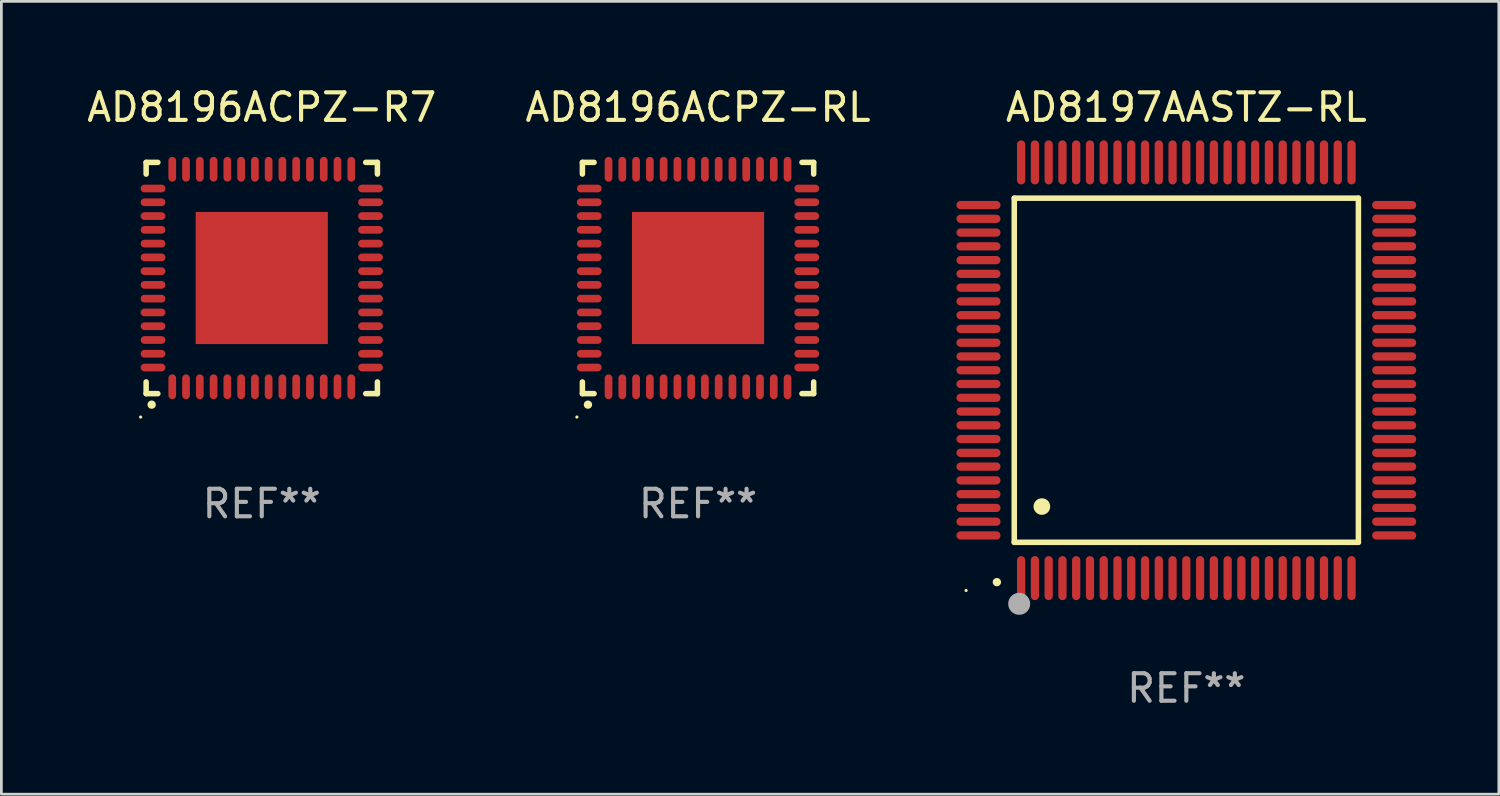
<source format=kicad_pcb>
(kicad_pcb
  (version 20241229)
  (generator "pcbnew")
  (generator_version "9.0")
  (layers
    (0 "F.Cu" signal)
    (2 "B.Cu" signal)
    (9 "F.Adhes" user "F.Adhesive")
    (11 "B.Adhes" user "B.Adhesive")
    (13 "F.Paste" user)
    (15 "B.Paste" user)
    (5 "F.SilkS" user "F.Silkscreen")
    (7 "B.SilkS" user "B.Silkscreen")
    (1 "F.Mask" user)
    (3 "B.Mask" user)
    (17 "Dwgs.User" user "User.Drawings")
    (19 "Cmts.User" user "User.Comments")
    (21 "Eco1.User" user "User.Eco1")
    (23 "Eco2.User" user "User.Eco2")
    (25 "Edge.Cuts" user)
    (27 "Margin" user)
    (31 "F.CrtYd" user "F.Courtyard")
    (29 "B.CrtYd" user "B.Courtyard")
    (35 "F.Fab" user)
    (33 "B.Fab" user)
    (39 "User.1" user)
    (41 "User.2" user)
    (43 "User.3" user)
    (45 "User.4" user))
  (footprint "AD8197AASTZ-RL"
    (layer "F.Cu")
    (at 40.04 10.398)
    (property "Reference" "AD8197AASTZ-RL" (at 0 -9.55 0) (layer "F.SilkS") (effects (font (size 1 1) (thickness 0.15))))
    (attr through_hole)
    (fp_line (start -6.25 -6.25) (end -6.25 6.25) (stroke (width 0.2) (type solid)) (layer "F.SilkS"))
    (fp_line (start -6.25 6.25) (end 6.25 6.25) (stroke (width 0.2) (type solid)) (layer "F.SilkS"))
    (fp_line (start 6.25 -6.25) (end -6.25 -6.25) (stroke (width 0.2) (type solid)) (layer "F.SilkS"))
    (fp_line (start 6.25 6.25) (end 6.25 -6.25) (stroke (width 0.2) (type solid)) (layer "F.SilkS"))
    (fp_arc (start -6.883414 7.696215) (mid -6.882144 7.69621) (end -6.880874 7.696215) (stroke (width 0.3) (type solid)) (layer "F.SilkS"))
    (fp_arc (start -5.250191 4.95047) (mid -5.247651 4.950459) (end -5.245111 4.95047) (stroke (width 0.6) (type solid)) (layer "F.SilkS"))
    (fp_circle (center -8 8) (end -7.97 8) (stroke (width 0.06) (type solid)) (fill no) (layer "F.SilkS"))
    (fp_circle (center -6.071 8.484) (end -5.871 8.484) (stroke (width 0.4) (type solid)) (fill no) (layer "F.Fab"))
    (fp_text user "REF**" (at 0 11.55 0) (layer "F.Fab") (effects (font (size 1 1) (thickness 0.15))))
    (pad "1" smd oval (at -6 7.55) (size 0.3 1.6) (layers "F.Cu" "F.Mask" "F.Paste"))
    (pad "2" smd oval (at -5.5 7.55) (size 0.3 1.6) (layers "F.Cu" "F.Mask" "F.Paste"))
    (pad "3" smd oval (at -5 7.55) (size 0.3 1.6) (layers "F.Cu" "F.Mask" "F.Paste"))
    (pad "4" smd oval (at -4.5 7.55) (size 0.3 1.6) (layers "F.Cu" "F.Mask" "F.Paste"))
    (pad "5" smd oval (at -4 7.55) (size 0.3 1.6) (layers "F.Cu" "F.Mask" "F.Paste"))
    (pad "6" smd oval (at -3.5 7.55) (size 0.3 1.6) (layers "F.Cu" "F.Mask" "F.Paste"))
    (pad "7" smd oval (at -3 7.55) (size 0.3 1.6) (layers "F.Cu" "F.Mask" "F.Paste"))
    (pad "8" smd oval (at -2.5 7.55) (size 0.3 1.6) (layers "F.Cu" "F.Mask" "F.Paste"))
    (pad "9" smd oval (at -2 7.55) (size 0.3 1.6) (layers "F.Cu" "F.Mask" "F.Paste"))
    (pad "10" smd oval (at -1.5 7.55) (size 0.3 1.6) (layers "F.Cu" "F.Mask" "F.Paste"))
    (pad "11" smd oval (at -1 7.55) (size 0.3 1.6) (layers "F.Cu" "F.Mask" "F.Paste"))
    (pad "12" smd oval (at -0.5 7.55) (size 0.3 1.6) (layers "F.Cu" "F.Mask" "F.Paste"))
    (pad "13" smd oval (at 0 7.55) (size 0.3 1.6) (layers "F.Cu" "F.Mask" "F.Paste"))
    (pad "14" smd oval (at 0.5 7.55) (size 0.3 1.6) (layers "F.Cu" "F.Mask" "F.Paste"))
    (pad "15" smd oval (at 1 7.55) (size 0.3 1.6) (layers "F.Cu" "F.Mask" "F.Paste"))
    (pad "16" smd oval (at 1.5 7.55) (size 0.3 1.6) (layers "F.Cu" "F.Mask" "F.Paste"))
    (pad "17" smd oval (at 2 7.55) (size 0.3 1.6) (layers "F.Cu" "F.Mask" "F.Paste"))
    (pad "18" smd oval (at 2.5 7.55) (size 0.3 1.6) (layers "F.Cu" "F.Mask" "F.Paste"))
    (pad "19" smd oval (at 3 7.55) (size 0.3 1.6) (layers "F.Cu" "F.Mask" "F.Paste"))
    (pad "20" smd oval (at 3.5 7.55) (size 0.3 1.6) (layers "F.Cu" "F.Mask" "F.Paste"))
    (pad "21" smd oval (at 4 7.55) (size 0.3 1.6) (layers "F.Cu" "F.Mask" "F.Paste"))
    (pad "22" smd oval (at 4.5 7.55) (size 0.3 1.6) (layers "F.Cu" "F.Mask" "F.Paste"))
    (pad "23" smd oval (at 5 7.55) (size 0.3 1.6) (layers "F.Cu" "F.Mask" "F.Paste"))
    (pad "24" smd oval (at 5.5 7.55) (size 0.3 1.6) (layers "F.Cu" "F.Mask" "F.Paste"))
    (pad "25" smd oval (at 6 7.55) (size 0.3 1.6) (layers "F.Cu" "F.Mask" "F.Paste"))
    (pad "26" smd oval (at 7.55 6) (size 1.6 0.3) (layers "F.Cu" "F.Mask" "F.Paste"))
    (pad "27" smd oval (at 7.55 5.5) (size 1.6 0.3) (layers "F.Cu" "F.Mask" "F.Paste"))
    (pad "28" smd oval (at 7.55 5) (size 1.6 0.3) (layers "F.Cu" "F.Mask" "F.Paste"))
    (pad "29" smd oval (at 7.55 4.5) (size 1.6 0.3) (layers "F.Cu" "F.Mask" "F.Paste"))
    (pad "30" smd oval (at 7.55 4) (size 1.6 0.3) (layers "F.Cu" "F.Mask" "F.Paste"))
    (pad "31" smd oval (at 7.55 3.5) (size 1.6 0.3) (layers "F.Cu" "F.Mask" "F.Paste"))
    (pad "32" smd oval (at 7.55 3) (size 1.6 0.3) (layers "F.Cu" "F.Mask" "F.Paste"))
    (pad "33" smd oval (at 7.55 2.5) (size 1.6 0.3) (layers "F.Cu" "F.Mask" "F.Paste"))
    (pad "34" smd oval (at 7.55 2) (size 1.6 0.3) (layers "F.Cu" "F.Mask" "F.Paste"))
    (pad "35" smd oval (at 7.55 1.5) (size 1.6 0.3) (layers "F.Cu" "F.Mask" "F.Paste"))
    (pad "36" smd oval (at 7.55 1) (size 1.6 0.3) (layers "F.Cu" "F.Mask" "F.Paste"))
    (pad "37" smd oval (at 7.55 0.5) (size 1.6 0.3) (layers "F.Cu" "F.Mask" "F.Paste"))
    (pad "38" smd oval (at 7.55 0) (size 1.6 0.3) (layers "F.Cu" "F.Mask" "F.Paste"))
    (pad "39" smd oval (at 7.55 -0.5) (size 1.6 0.3) (layers "F.Cu" "F.Mask" "F.Paste"))
    (pad "40" smd oval (at 7.55 -1) (size 1.6 0.3) (layers "F.Cu" "F.Mask" "F.Paste"))
    (pad "41" smd oval (at 7.55 -1.5) (size 1.6 0.3) (layers "F.Cu" "F.Mask" "F.Paste"))
    (pad "42" smd oval (at 7.55 -2) (size 1.6 0.3) (layers "F.Cu" "F.Mask" "F.Paste"))
    (pad "43" smd oval (at 7.55 -2.5) (size 1.6 0.3) (layers "F.Cu" "F.Mask" "F.Paste"))
    (pad "44" smd oval (at 7.55 -3) (size 1.6 0.3) (layers "F.Cu" "F.Mask" "F.Paste"))
    (pad "45" smd oval (at 7.55 -3.5) (size 1.6 0.3) (layers "F.Cu" "F.Mask" "F.Paste"))
    (pad "46" smd oval (at 7.55 -4) (size 1.6 0.3) (layers "F.Cu" "F.Mask" "F.Paste"))
    (pad "47" smd oval (at 7.55 -4.5) (size 1.6 0.3) (layers "F.Cu" "F.Mask" "F.Paste"))
    (pad "48" smd oval (at 7.55 -5) (size 1.6 0.3) (layers "F.Cu" "F.Mask" "F.Paste"))
    (pad "49" smd oval (at 7.55 -5.5) (size 1.6 0.3) (layers "F.Cu" "F.Mask" "F.Paste"))
    (pad "50" smd oval (at 7.55 -6) (size 1.6 0.3) (layers "F.Cu" "F.Mask" "F.Paste"))
    (pad "51" smd oval (at 6 -7.55) (size 0.3 1.6) (layers "F.Cu" "F.Mask" "F.Paste"))
    (pad "52" smd oval (at 5.5 -7.55) (size 0.3 1.6) (layers "F.Cu" "F.Mask" "F.Paste"))
    (pad "53" smd oval (at 5 -7.55) (size 0.3 1.6) (layers "F.Cu" "F.Mask" "F.Paste"))
    (pad "54" smd oval (at 4.5 -7.55) (size 0.3 1.6) (layers "F.Cu" "F.Mask" "F.Paste"))
    (pad "55" smd oval (at 4 -7.55) (size 0.3 1.6) (layers "F.Cu" "F.Mask" "F.Paste"))
    (pad "56" smd oval (at 3.5 -7.55) (size 0.3 1.6) (layers "F.Cu" "F.Mask" "F.Paste"))
    (pad "57" smd oval (at 3 -7.55) (size 0.3 1.6) (layers "F.Cu" "F.Mask" "F.Paste"))
    (pad "58" smd oval (at 2.5 -7.55) (size 0.3 1.6) (layers "F.Cu" "F.Mask" "F.Paste"))
    (pad "59" smd oval (at 2 -7.55) (size 0.3 1.6) (layers "F.Cu" "F.Mask" "F.Paste"))
    (pad "60" smd oval (at 1.5 -7.55) (size 0.3 1.6) (layers "F.Cu" "F.Mask" "F.Paste"))
    (pad "61" smd oval (at 1 -7.55) (size 0.3 1.6) (layers "F.Cu" "F.Mask" "F.Paste"))
    (pad "62" smd oval (at 0.5 -7.55) (size 0.3 1.6) (layers "F.Cu" "F.Mask" "F.Paste"))
    (pad "63" smd oval (at 0 -7.55) (size 0.3 1.6) (layers "F.Cu" "F.Mask" "F.Paste"))
    (pad "64" smd oval (at -0.5 -7.55) (size 0.3 1.6) (layers "F.Cu" "F.Mask" "F.Paste"))
    (pad "65" smd oval (at -1 -7.55) (size 0.3 1.6) (layers "F.Cu" "F.Mask" "F.Paste"))
    (pad "66" smd oval (at -1.5 -7.55) (size 0.3 1.6) (layers "F.Cu" "F.Mask" "F.Paste"))
    (pad "67" smd oval (at -2 -7.55) (size 0.3 1.6) (layers "F.Cu" "F.Mask" "F.Paste"))
    (pad "68" smd oval (at -2.5 -7.55) (size 0.3 1.6) (layers "F.Cu" "F.Mask" "F.Paste"))
    (pad "69" smd oval (at -3 -7.55) (size 0.3 1.6) (layers "F.Cu" "F.Mask" "F.Paste"))
    (pad "70" smd oval (at -3.5 -7.55) (size 0.3 1.6) (layers "F.Cu" "F.Mask" "F.Paste"))
    (pad "71" smd oval (at -4 -7.55) (size 0.3 1.6) (layers "F.Cu" "F.Mask" "F.Paste"))
    (pad "72" smd oval (at -4.5 -7.55) (size 0.3 1.6) (layers "F.Cu" "F.Mask" "F.Paste"))
    (pad "73" smd oval (at -5 -7.55) (size 0.3 1.6) (layers "F.Cu" "F.Mask" "F.Paste"))
    (pad "74" smd oval (at -5.5 -7.55) (size 0.3 1.6) (layers "F.Cu" "F.Mask" "F.Paste"))
    (pad "75" smd oval (at -6 -7.55) (size 0.3 1.6) (layers "F.Cu" "F.Mask" "F.Paste"))
    (pad "76" smd oval (at -7.55 -6) (size 1.6 0.3) (layers "F.Cu" "F.Mask" "F.Paste"))
    (pad "77" smd oval (at -7.55 -5.5) (size 1.6 0.3) (layers "F.Cu" "F.Mask" "F.Paste"))
    (pad "78" smd oval (at -7.55 -5) (size 1.6 0.3) (layers "F.Cu" "F.Mask" "F.Paste"))
    (pad "79" smd oval (at -7.55 -4.5) (size 1.6 0.3) (layers "F.Cu" "F.Mask" "F.Paste"))
    (pad "80" smd oval (at -7.55 -4) (size 1.6 0.3) (layers "F.Cu" "F.Mask" "F.Paste"))
    (pad "81" smd oval (at -7.55 -3.5) (size 1.6 0.3) (layers "F.Cu" "F.Mask" "F.Paste"))
    (pad "82" smd oval (at -7.55 -3) (size 1.6 0.3) (layers "F.Cu" "F.Mask" "F.Paste"))
    (pad "83" smd oval (at -7.55 -2.5) (size 1.6 0.3) (layers "F.Cu" "F.Mask" "F.Paste"))
    (pad "84" smd oval (at -7.55 -2) (size 1.6 0.3) (layers "F.Cu" "F.Mask" "F.Paste"))
    (pad "85" smd oval (at -7.55 -1.5) (size 1.6 0.3) (layers "F.Cu" "F.Mask" "F.Paste"))
    (pad "86" smd oval (at -7.55 -1) (size 1.6 0.3) (layers "F.Cu" "F.Mask" "F.Paste"))
    (pad "87" smd oval (at -7.55 -0.5) (size 1.6 0.3) (layers "F.Cu" "F.Mask" "F.Paste"))
    (pad "88" smd oval (at -7.55 0) (size 1.6 0.3) (layers "F.Cu" "F.Mask" "F.Paste"))
    (pad "89" smd oval (at -7.55 0.5) (size 1.6 0.3) (layers "F.Cu" "F.Mask" "F.Paste"))
    (pad "90" smd oval (at -7.55 1) (size 1.6 0.3) (layers "F.Cu" "F.Mask" "F.Paste"))
    (pad "91" smd oval (at -7.55 1.5) (size 1.6 0.3) (layers "F.Cu" "F.Mask" "F.Paste"))
    (pad "92" smd oval (at -7.55 2) (size 1.6 0.3) (layers "F.Cu" "F.Mask" "F.Paste"))
    (pad "93" smd oval (at -7.55 2.5) (size 1.6 0.3) (layers "F.Cu" "F.Mask" "F.Paste"))
    (pad "94" smd oval (at -7.55 3) (size 1.6 0.3) (layers "F.Cu" "F.Mask" "F.Paste"))
    (pad "95" smd oval (at -7.55 3.5) (size 1.6 0.3) (layers "F.Cu" "F.Mask" "F.Paste"))
    (pad "96" smd oval (at -7.55 4) (size 1.6 0.3) (layers "F.Cu" "F.Mask" "F.Paste"))
    (pad "97" smd oval (at -7.55 4.5) (size 1.6 0.3) (layers "F.Cu" "F.Mask" "F.Paste"))
    (pad "98" smd oval (at -7.55 5) (size 1.6 0.3) (layers "F.Cu" "F.Mask" "F.Paste"))
    (pad "99" smd oval (at -7.55 5.5) (size 1.6 0.3) (layers "F.Cu" "F.Mask" "F.Paste"))
    (pad "100" smd oval (at -7.55 6) (size 1.6 0.3) (layers "F.Cu" "F.Mask" "F.Paste")))
  (footprint "AD8196ACPZ-RL"
    (layer "F.Cu")
    (at 22.304 7.048)
    (property "Reference" "AD8196ACPZ-RL" (at 0 -6.2 0) (layer "F.SilkS") (effects (font (size 1 1) (thickness 0.15))))
    (attr through_hole)
    (fp_line (start -4.2 -4.2) (end -4.2 -3.775) (stroke (width 0.2) (type solid)) (layer "F.SilkS"))
    (fp_line (start -4.2 4.2) (end -4.2 3.775) (stroke (width 0.2) (type solid)) (layer "F.SilkS"))
    (fp_line (start -3.775 -4.2) (end -4.2 -4.2) (stroke (width 0.2) (type solid)) (layer "F.SilkS"))
    (fp_line (start -3.775 4.2) (end -4.2 4.2) (stroke (width 0.2) (type solid)) (layer "F.SilkS"))
    (fp_line (start 3.775 4.2) (end 4.2 4.2) (stroke (width 0.2) (type solid)) (layer "F.SilkS"))
    (fp_line (start 4.2 -4.2) (end 3.775 -4.2) (stroke (width 0.2) (type solid)) (layer "F.SilkS"))
    (fp_line (start 4.2 -3.775) (end 4.2 -4.2) (stroke (width 0.2) (type solid)) (layer "F.SilkS"))
    (fp_line (start 4.2 4.2) (end 4.2 3.775) (stroke (width 0.2) (type solid)) (layer "F.SilkS"))
    (fp_arc (start -4.000508 4.599949) (mid -3.999238 4.599944) (end -3.997968 4.599949) (stroke (width 0.3) (type solid)) (layer "F.SilkS"))
    (fp_circle (center -4.4 5.05) (end -4.37 5.05) (stroke (width 0.06) (type solid)) (fill no) (layer "F.SilkS"))
    (fp_text user "REF**" (at 0 8.2 0) (layer "F.Fab") (effects (font (size 1 1) (thickness 0.15))))
    (pad "1" smd oval (at -3.251 3.95 180) (size 0.28 0.9) (layers "F.Cu" "F.Mask" "F.Paste"))
    (pad "2" smd oval (at -2.751 3.95 180) (size 0.28 0.9) (layers "F.Cu" "F.Mask" "F.Paste"))
    (pad "3" smd oval (at -2.25 3.95 180) (size 0.28 0.9) (layers "F.Cu" "F.Mask" "F.Paste"))
    (pad "4" smd oval (at -1.75 3.95 180) (size 0.28 0.9) (layers "F.Cu" "F.Mask" "F.Paste"))
    (pad "5" smd oval (at -1.25 3.95 180) (size 0.28 0.9) (layers "F.Cu" "F.Mask" "F.Paste"))
    (pad "6" smd oval (at -0.749 3.95 180) (size 0.28 0.9) (layers "F.Cu" "F.Mask" "F.Paste"))
    (pad "7" smd oval (at -0.249 3.95 180) (size 0.28 0.9) (layers "F.Cu" "F.Mask" "F.Paste"))
    (pad "8" smd oval (at 0.249 3.95 180) (size 0.28 0.9) (layers "F.Cu" "F.Mask" "F.Paste"))
    (pad "9" smd oval (at 0.749 3.95 180) (size 0.28 0.9) (layers "F.Cu" "F.Mask" "F.Paste"))
    (pad "10" smd oval (at 1.25 3.95 180) (size 0.28 0.9) (layers "F.Cu" "F.Mask" "F.Paste"))
    (pad "11" smd oval (at 1.75 3.95 180) (size 0.28 0.9) (layers "F.Cu" "F.Mask" "F.Paste"))
    (pad "12" smd oval (at 2.251 3.95 180) (size 0.28 0.9) (layers "F.Cu" "F.Mask" "F.Paste"))
    (pad "13" smd oval (at 2.751 3.95 180) (size 0.28 0.9) (layers "F.Cu" "F.Mask" "F.Paste"))
    (pad "14" smd oval (at 3.251 3.95 180) (size 0.28 0.9) (layers "F.Cu" "F.Mask" "F.Paste"))
    (pad "15" smd oval (at 3.95 3.251 90) (size 0.28 0.9) (layers "F.Cu" "F.Mask" "F.Paste"))
    (pad "16" smd oval (at 3.95 2.751 90) (size 0.28 0.9) (layers "F.Cu" "F.Mask" "F.Paste"))
    (pad "17" smd oval (at 3.95 2.251 90) (size 0.28 0.9) (layers "F.Cu" "F.Mask" "F.Paste"))
    (pad "18" smd oval (at 3.95 1.75 90) (size 0.28 0.9) (layers "F.Cu" "F.Mask" "F.Paste"))
    (pad "19" smd oval (at 3.95 1.25 90) (size 0.28 0.9) (layers "F.Cu" "F.Mask" "F.Paste"))
    (pad "20" smd oval (at 3.95 0.749 90) (size 0.28 0.9) (layers "F.Cu" "F.Mask" "F.Paste"))
    (pad "21" smd oval (at 3.95 0.249 90) (size 0.28 0.9) (layers "F.Cu" "F.Mask" "F.Paste"))
    (pad "22" smd oval (at 3.95 -0.249 90) (size 0.28 0.9) (layers "F.Cu" "F.Mask" "F.Paste"))
    (pad "23" smd oval (at 3.95 -0.749 90) (size 0.28 0.9) (layers "F.Cu" "F.Mask" "F.Paste"))
    (pad "24" smd oval (at 3.95 -1.25 90) (size 0.28 0.9) (layers "F.Cu" "F.Mask" "F.Paste"))
    (pad "25" smd oval (at 3.95 -1.75 90) (size 0.28 0.9) (layers "F.Cu" "F.Mask" "F.Paste"))
    (pad "26" smd oval (at 3.95 -2.25 90) (size 0.28 0.9) (layers "F.Cu" "F.Mask" "F.Paste"))
    (pad "27" smd oval (at 3.95 -2.751 90) (size 0.28 0.9) (layers "F.Cu" "F.Mask" "F.Paste"))
    (pad "28" smd oval (at 3.95 -3.251 90) (size 0.28 0.9) (layers "F.Cu" "F.Mask" "F.Paste"))
    (pad "29" smd oval (at 3.251 -3.95 180) (size 0.28 0.9) (layers "F.Cu" "F.Mask" "F.Paste"))
    (pad "30" smd oval (at 2.751 -3.95 180) (size 0.28 0.9) (layers "F.Cu" "F.Mask" "F.Paste"))
    (pad "31" smd oval (at 2.251 -3.95 180) (size 0.28 0.9) (layers "F.Cu" "F.Mask" "F.Paste"))
    (pad "32" smd oval (at 1.75 -3.95 180) (size 0.28 0.9) (layers "F.Cu" "F.Mask" "F.Paste"))
    (pad "33" smd oval (at 1.25 -3.95 180) (size 0.28 0.9) (layers "F.Cu" "F.Mask" "F.Paste"))
    (pad "34" smd oval (at 0.749 -3.95 180) (size 0.28 0.9) (layers "F.Cu" "F.Mask" "F.Paste"))
    (pad "35" smd oval (at 0.249 -3.95 180) (size 0.28 0.9) (layers "F.Cu" "F.Mask" "F.Paste"))
    (pad "36" smd oval (at -0.249 -3.95 180) (size 0.28 0.9) (layers "F.Cu" "F.Mask" "F.Paste"))
    (pad "37" smd oval (at -0.749 -3.95 180) (size 0.28 0.9) (layers "F.Cu" "F.Mask" "F.Paste"))
    (pad "38" smd oval (at -1.25 -3.95 180) (size 0.28 0.9) (layers "F.Cu" "F.Mask" "F.Paste"))
    (pad "39" smd oval (at -1.75 -3.95 180) (size 0.28 0.9) (layers "F.Cu" "F.Mask" "F.Paste"))
    (pad "40" smd oval (at -2.25 -3.95 180) (size 0.28 0.9) (layers "F.Cu" "F.Mask" "F.Paste"))
    (pad "41" smd oval (at -2.751 -3.95 180) (size 0.28 0.9) (layers "F.Cu" "F.Mask" "F.Paste"))
    (pad "42" smd oval (at -3.251 -3.95 180) (size 0.28 0.9) (layers "F.Cu" "F.Mask" "F.Paste"))
    (pad "43" smd oval (at -3.95 -3.251 90) (size 0.28 0.9) (layers "F.Cu" "F.Mask" "F.Paste"))
    (pad "44" smd oval (at -3.95 -2.751 90) (size 0.28 0.9) (layers "F.Cu" "F.Mask" "F.Paste"))
    (pad "45" smd oval (at -3.95 -2.25 90) (size 0.28 0.9) (layers "F.Cu" "F.Mask" "F.Paste"))
    (pad "46" smd oval (at -3.95 -1.75 90) (size 0.28 0.9) (layers "F.Cu" "F.Mask" "F.Paste"))
    (pad "47" smd oval (at -3.95 -1.25 90) (size 0.28 0.9) (layers "F.Cu" "F.Mask" "F.Paste"))
    (pad "48" smd oval (at -3.95 -0.749 90) (size 0.28 0.9) (layers "F.Cu" "F.Mask" "F.Paste"))
    (pad "49" smd oval (at -3.95 -0.249 90) (size 0.28 0.9) (layers "F.Cu" "F.Mask" "F.Paste"))
    (pad "50" smd oval (at -3.95 0.249 90) (size 0.28 0.9) (layers "F.Cu" "F.Mask" "F.Paste"))
    (pad "51" smd oval (at -3.95 0.749 90) (size 0.28 0.9) (layers "F.Cu" "F.Mask" "F.Paste"))
    (pad "52" smd oval (at -3.95 1.25 90) (size 0.28 0.9) (layers "F.Cu" "F.Mask" "F.Paste"))
    (pad "53" smd oval (at -3.95 1.75 90) (size 0.28 0.9) (layers "F.Cu" "F.Mask" "F.Paste"))
    (pad "54" smd oval (at -3.95 2.251 90) (size 0.28 0.9) (layers "F.Cu" "F.Mask" "F.Paste"))
    (pad "55" smd oval (at -3.95 2.751 90) (size 0.28 0.9) (layers "F.Cu" "F.Mask" "F.Paste"))
    (pad "56" smd oval (at -3.95 3.251 90) (size 0.28 0.9) (layers "F.Cu" "F.Mask" "F.Paste"))
    (pad "57" smd rect (at 0.000076 0.000076 90) (size 4.8 4.8) (layers "F.Cu" "F.Mask" "F.Paste")))
  (footprint "AD8196ACPZ-R7"
    (layer "F.Cu")
    (at 6.458 7.048)
    (property "Reference" "AD8196ACPZ-R7" (at 0 -6.2 0) (layer "F.SilkS") (effects (font (size 1 1) (thickness 0.15))))
    (attr through_hole)
    (fp_line (start -4.2 -4.2) (end -4.2 -3.775) (stroke (width 0.2) (type solid)) (layer "F.SilkS"))
    (fp_line (start -4.2 4.2) (end -4.2 3.775) (stroke (width 0.2) (type solid)) (layer "F.SilkS"))
    (fp_line (start -3.775 -4.2) (end -4.2 -4.2) (stroke (width 0.2) (type solid)) (layer "F.SilkS"))
    (fp_line (start -3.775 4.2) (end -4.2 4.2) (stroke (width 0.2) (type solid)) (layer "F.SilkS"))
    (fp_line (start 3.775 4.2) (end 4.2 4.2) (stroke (width 0.2) (type solid)) (layer "F.SilkS"))
    (fp_line (start 4.2 -4.2) (end 3.775 -4.2) (stroke (width 0.2) (type solid)) (layer "F.SilkS"))
    (fp_line (start 4.2 -3.775) (end 4.2 -4.2) (stroke (width 0.2) (type solid)) (layer "F.SilkS"))
    (fp_line (start 4.2 4.2) (end 4.2 3.775) (stroke (width 0.2) (type solid)) (layer "F.SilkS"))
    (fp_arc (start -4.000508 4.599949) (mid -3.999238 4.599944) (end -3.997968 4.599949) (stroke (width 0.3) (type solid)) (layer "F.SilkS"))
    (fp_circle (center -4.4 5.05) (end -4.37 5.05) (stroke (width 0.06) (type solid)) (fill no) (layer "F.SilkS"))
    (fp_text user "REF**" (at 0 8.2 0) (layer "F.Fab") (effects (font (size 1 1) (thickness 0.15))))
    (pad "1" smd oval (at -3.251 3.95 180) (size 0.28 0.9) (layers "F.Cu" "F.Mask" "F.Paste"))
    (pad "2" smd oval (at -2.751 3.95 180) (size 0.28 0.9) (layers "F.Cu" "F.Mask" "F.Paste"))
    (pad "3" smd oval (at -2.25 3.95 180) (size 0.28 0.9) (layers "F.Cu" "F.Mask" "F.Paste"))
    (pad "4" smd oval (at -1.75 3.95 180) (size 0.28 0.9) (layers "F.Cu" "F.Mask" "F.Paste"))
    (pad "5" smd oval (at -1.25 3.95 180) (size 0.28 0.9) (layers "F.Cu" "F.Mask" "F.Paste"))
    (pad "6" smd oval (at -0.749 3.95 180) (size 0.28 0.9) (layers "F.Cu" "F.Mask" "F.Paste"))
    (pad "7" smd oval (at -0.249 3.95 180) (size 0.28 0.9) (layers "F.Cu" "F.Mask" "F.Paste"))
    (pad "8" smd oval (at 0.249 3.95 180) (size 0.28 0.9) (layers "F.Cu" "F.Mask" "F.Paste"))
    (pad "9" smd oval (at 0.749 3.95 180) (size 0.28 0.9) (layers "F.Cu" "F.Mask" "F.Paste"))
    (pad "10" smd oval (at 1.25 3.95 180) (size 0.28 0.9) (layers "F.Cu" "F.Mask" "F.Paste"))
    (pad "11" smd oval (at 1.75 3.95 180) (size 0.28 0.9) (layers "F.Cu" "F.Mask" "F.Paste"))
    (pad "12" smd oval (at 2.251 3.95 180) (size 0.28 0.9) (layers "F.Cu" "F.Mask" "F.Paste"))
    (pad "13" smd oval (at 2.751 3.95 180) (size 0.28 0.9) (layers "F.Cu" "F.Mask" "F.Paste"))
    (pad "14" smd oval (at 3.251 3.95 180) (size 0.28 0.9) (layers "F.Cu" "F.Mask" "F.Paste"))
    (pad "15" smd oval (at 3.95 3.251 90) (size 0.28 0.9) (layers "F.Cu" "F.Mask" "F.Paste"))
    (pad "16" smd oval (at 3.95 2.751 90) (size 0.28 0.9) (layers "F.Cu" "F.Mask" "F.Paste"))
    (pad "17" smd oval (at 3.95 2.251 90) (size 0.28 0.9) (layers "F.Cu" "F.Mask" "F.Paste"))
    (pad "18" smd oval (at 3.95 1.75 90) (size 0.28 0.9) (layers "F.Cu" "F.Mask" "F.Paste"))
    (pad "19" smd oval (at 3.95 1.25 90) (size 0.28 0.9) (layers "F.Cu" "F.Mask" "F.Paste"))
    (pad "20" smd oval (at 3.95 0.749 90) (size 0.28 0.9) (layers "F.Cu" "F.Mask" "F.Paste"))
    (pad "21" smd oval (at 3.95 0.249 90) (size 0.28 0.9) (layers "F.Cu" "F.Mask" "F.Paste"))
    (pad "22" smd oval (at 3.95 -0.249 90) (size 0.28 0.9) (layers "F.Cu" "F.Mask" "F.Paste"))
    (pad "23" smd oval (at 3.95 -0.749 90) (size 0.28 0.9) (layers "F.Cu" "F.Mask" "F.Paste"))
    (pad "24" smd oval (at 3.95 -1.25 90) (size 0.28 0.9) (layers "F.Cu" "F.Mask" "F.Paste"))
    (pad "25" smd oval (at 3.95 -1.75 90) (size 0.28 0.9) (layers "F.Cu" "F.Mask" "F.Paste"))
    (pad "26" smd oval (at 3.95 -2.25 90) (size 0.28 0.9) (layers "F.Cu" "F.Mask" "F.Paste"))
    (pad "27" smd oval (at 3.95 -2.751 90) (size 0.28 0.9) (layers "F.Cu" "F.Mask" "F.Paste"))
    (pad "28" smd oval (at 3.95 -3.251 90) (size 0.28 0.9) (layers "F.Cu" "F.Mask" "F.Paste"))
    (pad "29" smd oval (at 3.251 -3.95 180) (size 0.28 0.9) (layers "F.Cu" "F.Mask" "F.Paste"))
    (pad "30" smd oval (at 2.751 -3.95 180) (size 0.28 0.9) (layers "F.Cu" "F.Mask" "F.Paste"))
    (pad "31" smd oval (at 2.251 -3.95 180) (size 0.28 0.9) (layers "F.Cu" "F.Mask" "F.Paste"))
    (pad "32" smd oval (at 1.75 -3.95 180) (size 0.28 0.9) (layers "F.Cu" "F.Mask" "F.Paste"))
    (pad "33" smd oval (at 1.25 -3.95 180) (size 0.28 0.9) (layers "F.Cu" "F.Mask" "F.Paste"))
    (pad "34" smd oval (at 0.749 -3.95 180) (size 0.28 0.9) (layers "F.Cu" "F.Mask" "F.Paste"))
    (pad "35" smd oval (at 0.249 -3.95 180) (size 0.28 0.9) (layers "F.Cu" "F.Mask" "F.Paste"))
    (pad "36" smd oval (at -0.249 -3.95 180) (size 0.28 0.9) (layers "F.Cu" "F.Mask" "F.Paste"))
    (pad "37" smd oval (at -0.749 -3.95 180) (size 0.28 0.9) (layers "F.Cu" "F.Mask" "F.Paste"))
    (pad "38" smd oval (at -1.25 -3.95 180) (size 0.28 0.9) (layers "F.Cu" "F.Mask" "F.Paste"))
    (pad "39" smd oval (at -1.75 -3.95 180) (size 0.28 0.9) (layers "F.Cu" "F.Mask" "F.Paste"))
    (pad "40" smd oval (at -2.25 -3.95 180) (size 0.28 0.9) (layers "F.Cu" "F.Mask" "F.Paste"))
    (pad "41" smd oval (at -2.751 -3.95 180) (size 0.28 0.9) (layers "F.Cu" "F.Mask" "F.Paste"))
    (pad "42" smd oval (at -3.251 -3.95 180) (size 0.28 0.9) (layers "F.Cu" "F.Mask" "F.Paste"))
    (pad "43" smd oval (at -3.95 -3.251 90) (size 0.28 0.9) (layers "F.Cu" "F.Mask" "F.Paste"))
    (pad "44" smd oval (at -3.95 -2.751 90) (size 0.28 0.9) (layers "F.Cu" "F.Mask" "F.Paste"))
    (pad "45" smd oval (at -3.95 -2.25 90) (size 0.28 0.9) (layers "F.Cu" "F.Mask" "F.Paste"))
    (pad "46" smd oval (at -3.95 -1.75 90) (size 0.28 0.9) (layers "F.Cu" "F.Mask" "F.Paste"))
    (pad "47" smd oval (at -3.95 -1.25 90) (size 0.28 0.9) (layers "F.Cu" "F.Mask" "F.Paste"))
    (pad "48" smd oval (at -3.95 -0.749 90) (size 0.28 0.9) (layers "F.Cu" "F.Mask" "F.Paste"))
    (pad "49" smd oval (at -3.95 -0.249 90) (size 0.28 0.9) (layers "F.Cu" "F.Mask" "F.Paste"))
    (pad "50" smd oval (at -3.95 0.249 90) (size 0.28 0.9) (layers "F.Cu" "F.Mask" "F.Paste"))
    (pad "51" smd oval (at -3.95 0.749 90) (size 0.28 0.9) (layers "F.Cu" "F.Mask" "F.Paste"))
    (pad "52" smd oval (at -3.95 1.25 90) (size 0.28 0.9) (layers "F.Cu" "F.Mask" "F.Paste"))
    (pad "53" smd oval (at -3.95 1.75 90) (size 0.28 0.9) (layers "F.Cu" "F.Mask" "F.Paste"))
    (pad "54" smd oval (at -3.95 2.251 90) (size 0.28 0.9) (layers "F.Cu" "F.Mask" "F.Paste"))
    (pad "55" smd oval (at -3.95 2.751 90) (size 0.28 0.9) (layers "F.Cu" "F.Mask" "F.Paste"))
    (pad "56" smd oval (at -3.95 3.251 90) (size 0.28 0.9) (layers "F.Cu" "F.Mask" "F.Paste"))
    (pad "57" smd rect (at 0.000076 0.000076 90) (size 4.8 4.8) (layers "F.Cu" "F.Mask" "F.Paste")))
  (gr_rect
    (start -3 -3)
    (end 51.39 25.796)
    (stroke (width 0.1) (type default))
    (fill no)
    (layer "Edge.Cuts")))
</source>
